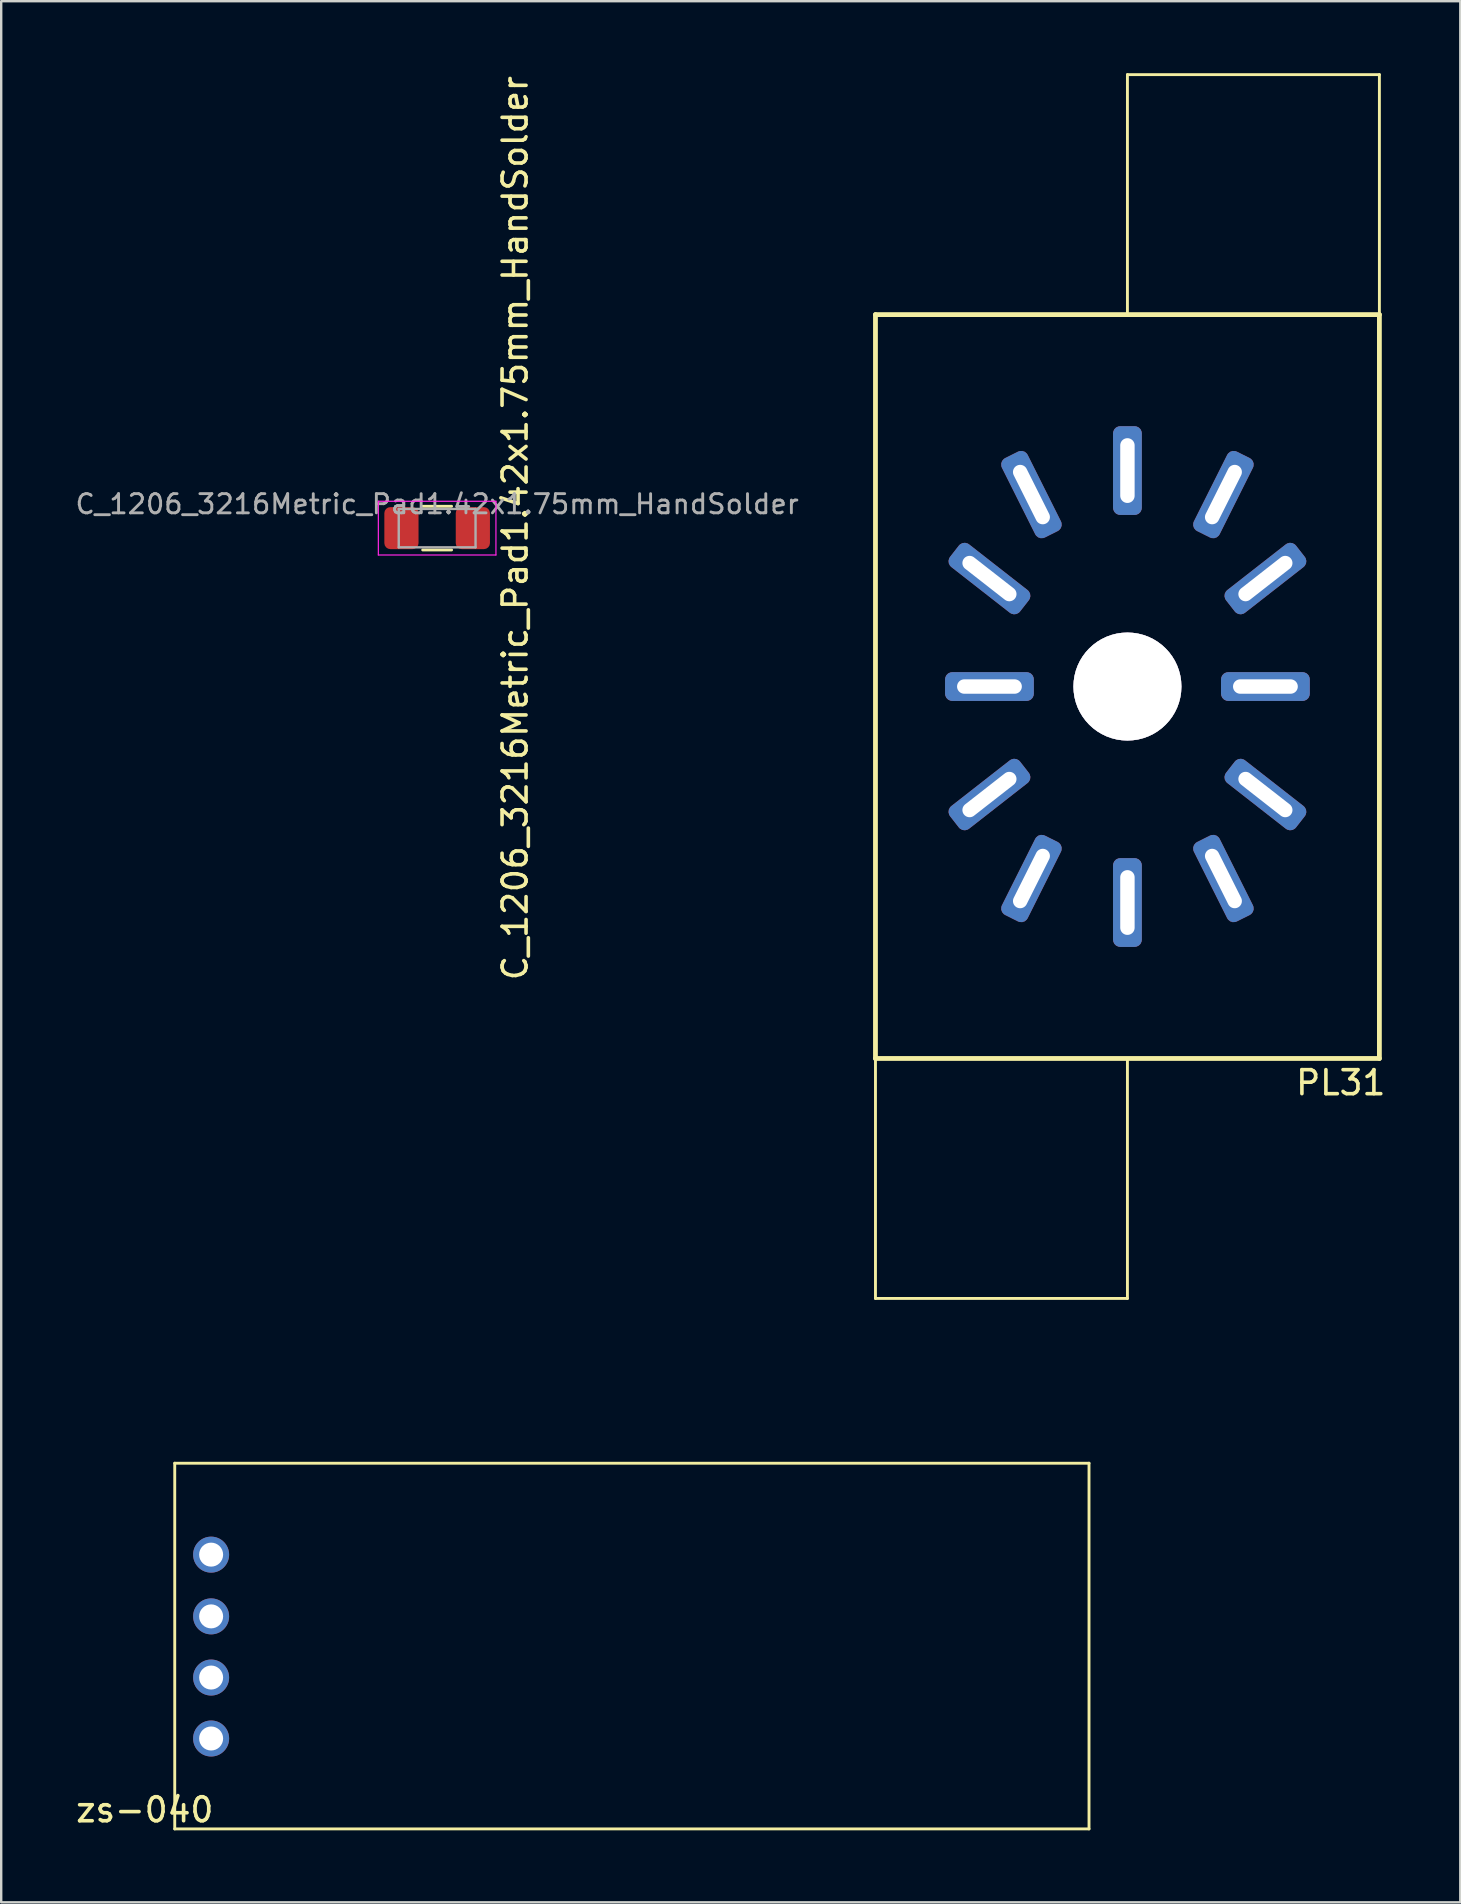
<source format=kicad_pcb>
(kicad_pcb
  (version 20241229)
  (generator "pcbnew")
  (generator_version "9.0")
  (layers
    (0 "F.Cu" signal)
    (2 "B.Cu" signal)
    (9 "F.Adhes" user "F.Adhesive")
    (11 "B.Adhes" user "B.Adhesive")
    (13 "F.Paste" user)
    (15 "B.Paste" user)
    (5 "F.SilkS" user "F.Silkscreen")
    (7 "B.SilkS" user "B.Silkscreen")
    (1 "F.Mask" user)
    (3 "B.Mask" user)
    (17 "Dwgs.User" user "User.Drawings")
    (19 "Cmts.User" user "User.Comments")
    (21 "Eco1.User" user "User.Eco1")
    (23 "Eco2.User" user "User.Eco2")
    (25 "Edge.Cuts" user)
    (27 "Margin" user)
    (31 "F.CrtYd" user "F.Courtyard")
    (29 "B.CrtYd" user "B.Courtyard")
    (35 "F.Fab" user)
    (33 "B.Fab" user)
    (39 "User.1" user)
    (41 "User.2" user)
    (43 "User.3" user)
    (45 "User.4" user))
  (footprint "C_1206_3216Metric_Pad1.42x1.75mm_HandSolder"
    (layer "F.Cu")
    (at 15.167 18.958)
    (property "Reference" "C_1206_3216Metric_Pad1.42x1.75mm_HandSolder" (at 3.25 0 270) (layer "F.SilkS") (effects (font (size 1 1) (thickness 0.15))))
    (attr smd)
    (fp_line (start -0.602 -0.91) (end 0.602 -0.91) (stroke (width 0.12) (type solid)) (layer "F.SilkS"))
    (fp_line (start -0.602 0.91) (end 0.602 0.91) (stroke (width 0.12) (type solid)) (layer "F.SilkS"))
    (fp_line (start -2.45 -1.12) (end 2.45 -1.12) (stroke (width 0.05) (type solid)) (layer "F.CrtYd"))
    (fp_line (start -2.45 1.12) (end -2.45 -1.12) (stroke (width 0.05) (type solid)) (layer "F.CrtYd"))
    (fp_line (start 2.45 -1.12) (end 2.45 1.12) (stroke (width 0.05) (type solid)) (layer "F.CrtYd"))
    (fp_line (start 2.45 1.12) (end -2.45 1.12) (stroke (width 0.05) (type solid)) (layer "F.CrtYd"))
    (fp_line (start -1.6 -0.8) (end 1.6 -0.8) (stroke (width 0.1) (type solid)) (layer "F.Fab"))
    (fp_line (start -1.6 0.8) (end -1.6 -0.8) (stroke (width 0.1) (type solid)) (layer "F.Fab"))
    (fp_line (start 1.6 -0.8) (end 1.6 0.8) (stroke (width 0.1) (type solid)) (layer "F.Fab"))
    (fp_line (start 1.6 0.8) (end -1.6 0.8) (stroke (width 0.1) (type solid)) (layer "F.Fab"))
    (fp_text user "${REFERENCE}" (at 0 -1 0) (layer "F.Fab") (effects (font (size 0.8 0.8) (thickness 0.12))))
    (pad "1" smd roundrect (at -1.488 0) (size 1.425 1.75) (layers "F.Cu" "F.Mask" "F.Paste") (roundrect_rratio 0.175))
    (pad "2" smd roundrect (at 1.488 0) (size 1.425 1.75) (layers "F.Cu" "F.Mask" "F.Paste") (roundrect_rratio 0.175)))
  (footprint "zs-040"
    (layer "F.Cu")
    (at 4.232 54.37)
    (property "Reference" "zs-040" (at -1.25 18 180) (layer "F.SilkS") (effects (font (size 1 1) (thickness 0.15))))
    (attr through_hole)
    (fp_line (start 0 3.556) (end 0 18.796) (stroke (width 0.12) (type solid)) (layer "F.SilkS"))
    (fp_line (start 0 3.556) (end 38.1 3.556) (stroke (width 0.12) (type solid)) (layer "F.SilkS"))
    (fp_line (start 0 18.796) (end 38.1 18.796) (stroke (width 0.12) (type solid)) (layer "F.SilkS"))
    (fp_line (start 38.1 3.556) (end 38.1 18.796) (stroke (width 0.12) (type solid)) (layer "F.SilkS"))
    (fp_text user "GND" (at 4.064 9.906 180) (layer "Eco1.User") (effects (font (size 1 1) (thickness 0.15))))
    (fp_text user "VCC" (at 4.064 7.366 180) (layer "Eco1.User") (effects (font (size 1 1) (thickness 0.15))))
    (fp_text user "RxD" (at 4.064 14.986 180) (layer "Eco1.User") (effects (font (size 1 1) (thickness 0.15))))
    (fp_text user "TxD" (at 4.064 12.446 180) (layer "Eco1.User") (effects (font (size 1 1) (thickness 0.15))))
    (pad "1" thru_hole circle (at 1.516 15.028) (size 1.501 1.501) (drill 1) (layers "*.Cu" "*.Mask"))
    (pad "2" thru_hole circle (at 1.516 12.488) (size 1.5 1.5) (drill 1) (layers "*.Cu" "*.Mask"))
    (pad "3" thru_hole circle (at 1.516 9.939) (size 1.5 1.5) (drill 1) (layers "*.Cu" "*.Mask"))
    (pad "4" thru_hole circle (at 1.516 7.366) (size 1.5 1.5) (drill 1) (layers "*.Cu" "*.Mask")))
  (footprint "PL31"
    (layer "F.Cu")
    (at 43.933 25.56)
    (property "Reference" "PL31" (at 8.89 16.51 180) (layer "F.SilkS") (effects (font (size 1 1) (thickness 0.15))))
    (attr through_hole)
    (fp_line (start -10.5 -15.5) (end -10.5 15.5) (stroke (width 0.2) (type solid)) (layer "F.SilkS"))
    (fp_line (start -10.5 -15.5) (end 10.5 -15.5) (stroke (width 0.2) (type solid)) (layer "F.SilkS"))
    (fp_line (start -10.5 15.5) (end 10.5 15.5) (stroke (width 0.2) (type solid)) (layer "F.SilkS"))
    (fp_line (start -10.5 25.5) (end -10.5 15.5) (stroke (width 0.12) (type solid)) (layer "F.SilkS"))
    (fp_line (start 0 -25.5) (end 10.5 -25.5) (stroke (width 0.12) (type solid)) (layer "F.SilkS"))
    (fp_line (start 0 -15.5) (end 0 -25.5) (stroke (width 0.12) (type solid)) (layer "F.SilkS"))
    (fp_line (start 0 15.5) (end 0 25.5) (stroke (width 0.12) (type solid)) (layer "F.SilkS"))
    (fp_line (start 0 25.5) (end -10.5 25.5) (stroke (width 0.12) (type solid)) (layer "F.SilkS"))
    (fp_line (start 10.5 -25.5) (end 10.5 -15.5) (stroke (width 0.12) (type solid)) (layer "F.SilkS"))
    (fp_line (start 10.5 -15.5) (end 10.5 15.5) (stroke (width 0.2) (type solid)) (layer "F.SilkS"))
    (fp_text user "REF**" (at 0 0.5 180) (layer "F.SilkS") (effects (font (size 1 1) (thickness 0.15))))
    (pad "0" thru_hole circle (at 0 0) (size 4.5 4.5) (drill 4.5) (layers "*.Cu" "Dwgs.User"))
    (pad "1" thru_hole roundrect (at 4 8 296.6) (size 3.7 1.2) (drill oval 2.7 0.6) (layers "*.Cu" "*.Mask") (roundrect_rratio 0.25))
    (pad "2" thru_hole roundrect (at 5.75 4.5 322) (size 3.7 1.2) (drill oval 2.7 0.6) (layers "*.Cu" "*.Mask") (roundrect_rratio 0.25))
    (pad "3" thru_hole roundrect (at 5.75 0 90) (size 1.2 3.7) (drill oval 0.6 2.7) (layers "*.Cu" "*.Mask") (roundrect_rratio 0.25))
    (pad "4" thru_hole roundrect (at 5.75 -4.5 38) (size 3.7 1.2) (drill oval 2.7 0.6) (layers "*.Cu" "*.Mask") (roundrect_rratio 0.25))
    (pad "5" thru_hole roundrect (at 4 -8 63.4) (size 3.7 1.2) (drill oval 2.7 0.6) (layers "*.Cu" "*.Mask") (roundrect_rratio 0.25))
    (pad "6" thru_hole roundrect (at 0 -9 90) (size 3.7 1.2) (drill oval 2.7 0.6) (layers "*.Cu" "*.Mask") (roundrect_rratio 0.25))
    (pad "7" thru_hole roundrect (at -4 -8 296.6) (size 3.7 1.2) (drill oval 2.7 0.6) (layers "*.Cu" "*.Mask") (roundrect_rratio 0.25))
    (pad "8" thru_hole roundrect (at -5.75 -4.5 322) (size 3.7 1.2) (drill oval 2.7 0.6) (layers "*.Cu" "*.Mask") (roundrect_rratio 0.25))
    (pad "9" thru_hole roundrect (at -5.75 0) (size 3.7 1.2) (drill oval 2.7 0.6) (layers "*.Cu" "*.Mask") (roundrect_rratio 0.25))
    (pad "10" thru_hole roundrect (at -5.75 4.5 218) (size 3.7 1.2) (drill oval 2.7 0.6) (layers "*.Cu" "*.Mask") (roundrect_rratio 0.25))
    (pad "11" thru_hole roundrect (at -4 8 63.4) (size 3.7 1.2) (drill oval 2.7 0.6) (layers "*.Cu" "*.Mask") (roundrect_rratio 0.25))
    (pad "12" thru_hole roundrect (at 0 9 90) (size 3.7 1.2) (drill oval 2.7 0.6) (layers "*.Cu" "*.Mask") (roundrect_rratio 0.25)))
  (gr_rect
    (start -3 -3)
    (end 57.805 76.226)
    (stroke (width 0.1) (type default))
    (fill no)
    (layer "Edge.Cuts")))
</source>
